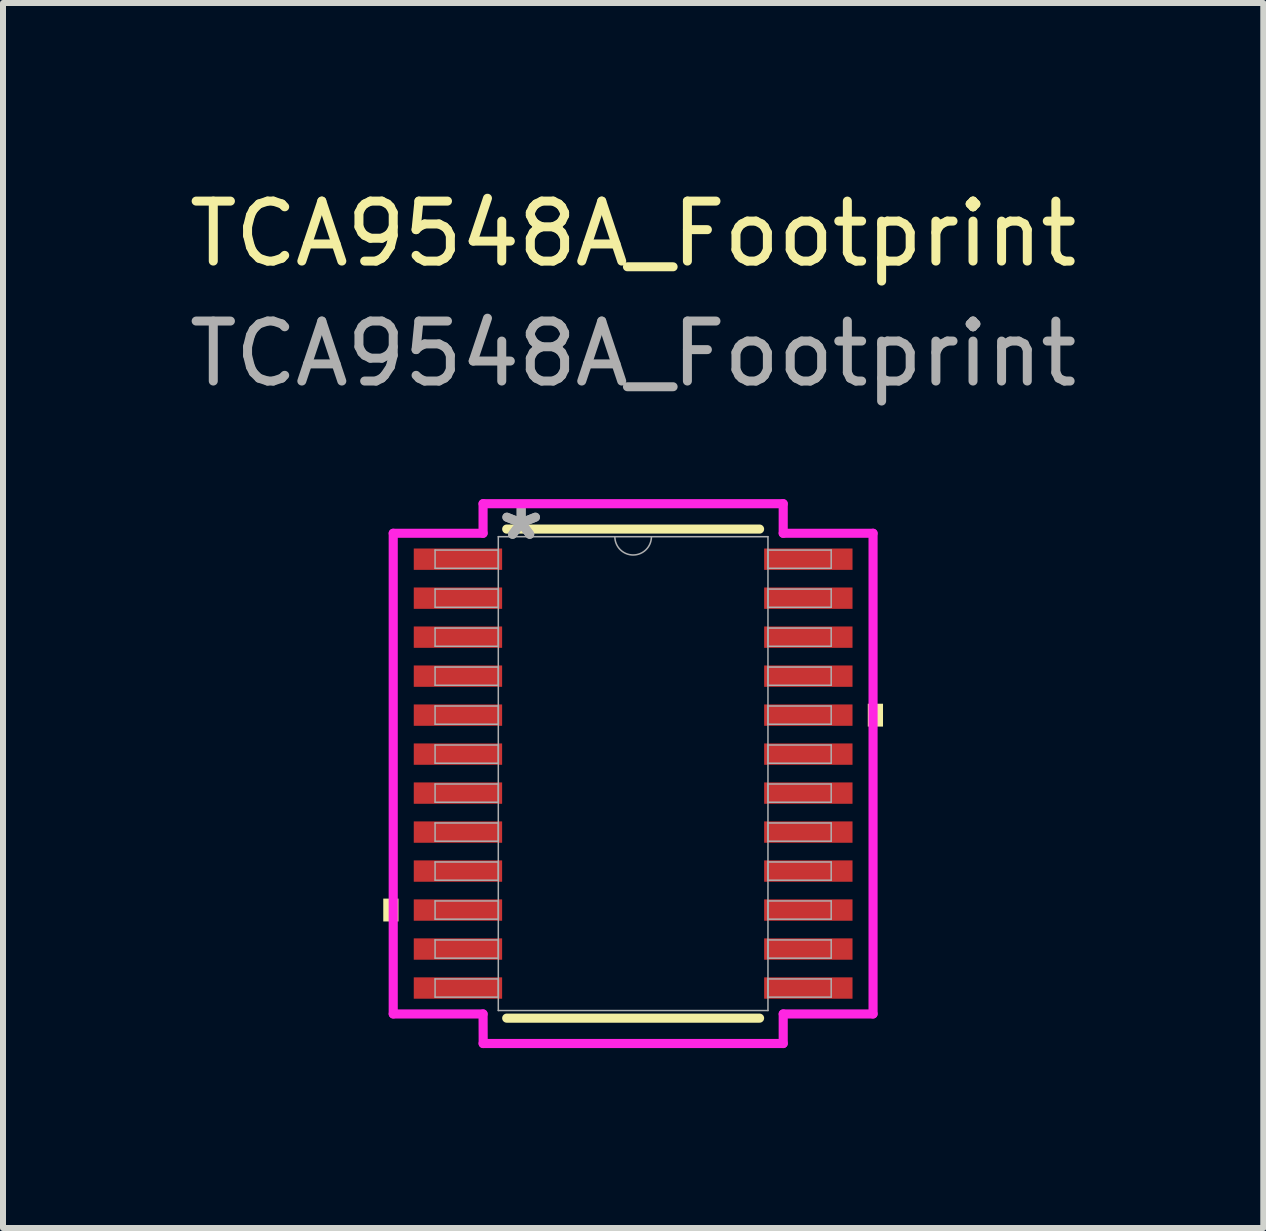
<source format=kicad_pcb>
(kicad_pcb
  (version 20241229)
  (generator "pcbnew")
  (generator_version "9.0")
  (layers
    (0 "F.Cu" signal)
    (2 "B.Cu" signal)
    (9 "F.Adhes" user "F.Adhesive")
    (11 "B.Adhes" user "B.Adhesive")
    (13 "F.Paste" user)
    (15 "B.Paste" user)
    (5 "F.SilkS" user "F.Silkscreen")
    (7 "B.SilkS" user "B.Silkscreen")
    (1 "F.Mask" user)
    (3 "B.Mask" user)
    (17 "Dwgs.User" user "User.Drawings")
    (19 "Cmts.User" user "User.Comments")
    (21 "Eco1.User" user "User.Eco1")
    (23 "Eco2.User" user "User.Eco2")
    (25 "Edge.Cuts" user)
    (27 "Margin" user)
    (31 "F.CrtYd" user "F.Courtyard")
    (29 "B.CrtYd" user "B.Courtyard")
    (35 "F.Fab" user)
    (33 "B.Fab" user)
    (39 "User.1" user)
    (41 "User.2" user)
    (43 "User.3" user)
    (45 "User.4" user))
  (footprint "TCA9548A_Footprint"
    (layer "F.Cu")
    (at 7.506 9.848)
    (property "Reference" "TCA9548A_Footprint" (at 0 -9 0) (unlocked yes) (layer "F.SilkS") (effects (font (size 1 1) (thickness 0.15))))
    (attr smd)
    (fp_line (start -2.108 4.077) (end 2.108 4.077) (stroke (width 0.152) (type solid)) (layer "F.SilkS"))
    (fp_line (start 2.108 -4.077) (end -2.108 -4.077) (stroke (width 0.152) (type solid)) (layer "F.SilkS"))
    (fp_poly (pts (xy -4.166 2.084) (xy -4.166 2.465) (xy -3.912 2.465) (xy -3.912 2.084)) (stroke (width 0) (type solid)) (fill yes) (layer "F.SilkS"))
    (fp_poly (pts (xy 4.166 -1.165) (xy 4.166 -0.784) (xy 3.912 -0.784) (xy 3.912 -1.165)) (stroke (width 0) (type solid)) (fill yes) (layer "F.SilkS"))
    (fp_line (start -4 -4.007) (end -2.502 -4.007) (stroke (width 0.152) (type solid)) (layer "F.CrtYd"))
    (fp_line (start -4 4.007) (end -4 -4.007) (stroke (width 0.152) (type solid)) (layer "F.CrtYd"))
    (fp_line (start -4 4.007) (end -2.502 4.007) (stroke (width 0.152) (type solid)) (layer "F.CrtYd"))
    (fp_line (start -2.502 -4.5) (end 2.502 -4.5) (stroke (width 0.152) (type solid)) (layer "F.CrtYd"))
    (fp_line (start -2.502 -4.007) (end -2.502 -4.5) (stroke (width 0.152) (type solid)) (layer "F.CrtYd"))
    (fp_line (start -2.5 4.5) (end -2.502 4.007) (stroke (width 0.152) (type solid)) (layer "F.CrtYd"))
    (fp_line (start 2.502 -4.5) (end 2.502 -4.007) (stroke (width 0.152) (type solid)) (layer "F.CrtYd"))
    (fp_line (start 2.502 4.007) (end 2.502 4.5) (stroke (width 0.152) (type solid)) (layer "F.CrtYd"))
    (fp_line (start 2.502 4.5) (end -2.502 4.5) (stroke (width 0.152) (type solid)) (layer "F.CrtYd"))
    (fp_line (start 4 -4.007) (end 2.502 -4.007) (stroke (width 0.152) (type solid)) (layer "F.CrtYd"))
    (fp_line (start 4 -4.007) (end 4 4.007) (stroke (width 0.152) (type solid)) (layer "F.CrtYd"))
    (fp_line (start 4 4.007) (end 2.502 4.007) (stroke (width 0.152) (type solid)) (layer "F.CrtYd"))
    (fp_line (start -3.302 -3.727) (end -3.302 -3.423) (stroke (width 0.025) (type solid)) (layer "F.Fab"))
    (fp_line (start -3.302 -3.423) (end -2.248 -3.423) (stroke (width 0.025) (type solid)) (layer "F.Fab"))
    (fp_line (start -3.302 -3.077) (end -3.302 -2.773) (stroke (width 0.025) (type solid)) (layer "F.Fab"))
    (fp_line (start -3.302 -2.773) (end -2.248 -2.773) (stroke (width 0.025) (type solid)) (layer "F.Fab"))
    (fp_line (start -3.302 -2.427) (end -3.302 -2.123) (stroke (width 0.025) (type solid)) (layer "F.Fab"))
    (fp_line (start -3.302 -2.123) (end -2.248 -2.123) (stroke (width 0.025) (type solid)) (layer "F.Fab"))
    (fp_line (start -3.302 -1.777) (end -3.302 -1.473) (stroke (width 0.025) (type solid)) (layer "F.Fab"))
    (fp_line (start -3.302 -1.473) (end -2.248 -1.473) (stroke (width 0.025) (type solid)) (layer "F.Fab"))
    (fp_line (start -3.302 -1.127) (end -3.302 -0.823) (stroke (width 0.025) (type solid)) (layer "F.Fab"))
    (fp_line (start -3.302 -0.823) (end -2.248 -0.823) (stroke (width 0.025) (type solid)) (layer "F.Fab"))
    (fp_line (start -3.302 -0.477) (end -3.302 -0.173) (stroke (width 0.025) (type solid)) (layer "F.Fab"))
    (fp_line (start -3.302 -0.173) (end -2.248 -0.173) (stroke (width 0.025) (type solid)) (layer "F.Fab"))
    (fp_line (start -3.302 0.173) (end -3.302 0.477) (stroke (width 0.025) (type solid)) (layer "F.Fab"))
    (fp_line (start -3.302 0.477) (end -2.248 0.477) (stroke (width 0.025) (type solid)) (layer "F.Fab"))
    (fp_line (start -3.302 0.823) (end -3.302 1.127) (stroke (width 0.025) (type solid)) (layer "F.Fab"))
    (fp_line (start -3.302 1.127) (end -2.248 1.127) (stroke (width 0.025) (type solid)) (layer "F.Fab"))
    (fp_line (start -3.302 1.473) (end -3.302 1.777) (stroke (width 0.025) (type solid)) (layer "F.Fab"))
    (fp_line (start -3.302 1.777) (end -2.248 1.777) (stroke (width 0.025) (type solid)) (layer "F.Fab"))
    (fp_line (start -3.302 2.123) (end -3.302 2.427) (stroke (width 0.025) (type solid)) (layer "F.Fab"))
    (fp_line (start -3.302 2.427) (end -2.248 2.427) (stroke (width 0.025) (type solid)) (layer "F.Fab"))
    (fp_line (start -3.302 2.773) (end -3.302 3.077) (stroke (width 0.025) (type solid)) (layer "F.Fab"))
    (fp_line (start -3.302 3.077) (end -2.248 3.077) (stroke (width 0.025) (type solid)) (layer "F.Fab"))
    (fp_line (start -3.302 3.423) (end -3.302 3.727) (stroke (width 0.025) (type solid)) (layer "F.Fab"))
    (fp_line (start -3.302 3.727) (end -2.248 3.727) (stroke (width 0.025) (type solid)) (layer "F.Fab"))
    (fp_line (start -2.248 -3.95) (end -2.248 3.95) (stroke (width 0.025) (type solid)) (layer "F.Fab"))
    (fp_line (start -2.248 -3.727) (end -3.302 -3.727) (stroke (width 0.025) (type solid)) (layer "F.Fab"))
    (fp_line (start -2.248 -3.423) (end -2.248 -3.727) (stroke (width 0.025) (type solid)) (layer "F.Fab"))
    (fp_line (start -2.248 -3.077) (end -3.302 -3.077) (stroke (width 0.025) (type solid)) (layer "F.Fab"))
    (fp_line (start -2.248 -2.773) (end -2.248 -3.077) (stroke (width 0.025) (type solid)) (layer "F.Fab"))
    (fp_line (start -2.248 -2.427) (end -3.302 -2.427) (stroke (width 0.025) (type solid)) (layer "F.Fab"))
    (fp_line (start -2.248 -2.123) (end -2.248 -2.427) (stroke (width 0.025) (type solid)) (layer "F.Fab"))
    (fp_line (start -2.248 -1.777) (end -3.302 -1.777) (stroke (width 0.025) (type solid)) (layer "F.Fab"))
    (fp_line (start -2.248 -1.473) (end -2.248 -1.777) (stroke (width 0.025) (type solid)) (layer "F.Fab"))
    (fp_line (start -2.248 -1.127) (end -3.302 -1.127) (stroke (width 0.025) (type solid)) (layer "F.Fab"))
    (fp_line (start -2.248 -0.823) (end -2.248 -1.127) (stroke (width 0.025) (type solid)) (layer "F.Fab"))
    (fp_line (start -2.248 -0.477) (end -3.302 -0.477) (stroke (width 0.025) (type solid)) (layer "F.Fab"))
    (fp_line (start -2.248 -0.173) (end -2.248 -0.477) (stroke (width 0.025) (type solid)) (layer "F.Fab"))
    (fp_line (start -2.248 0.173) (end -3.302 0.173) (stroke (width 0.025) (type solid)) (layer "F.Fab"))
    (fp_line (start -2.248 0.477) (end -2.248 0.173) (stroke (width 0.025) (type solid)) (layer "F.Fab"))
    (fp_line (start -2.248 0.823) (end -3.302 0.823) (stroke (width 0.025) (type solid)) (layer "F.Fab"))
    (fp_line (start -2.248 1.127) (end -2.248 0.823) (stroke (width 0.025) (type solid)) (layer "F.Fab"))
    (fp_line (start -2.248 1.473) (end -3.302 1.473) (stroke (width 0.025) (type solid)) (layer "F.Fab"))
    (fp_line (start -2.248 1.777) (end -2.248 1.473) (stroke (width 0.025) (type solid)) (layer "F.Fab"))
    (fp_line (start -2.248 2.123) (end -3.302 2.123) (stroke (width 0.025) (type solid)) (layer "F.Fab"))
    (fp_line (start -2.248 2.427) (end -2.248 2.123) (stroke (width 0.025) (type solid)) (layer "F.Fab"))
    (fp_line (start -2.248 2.773) (end -3.302 2.773) (stroke (width 0.025) (type solid)) (layer "F.Fab"))
    (fp_line (start -2.248 3.077) (end -2.248 2.773) (stroke (width 0.025) (type solid)) (layer "F.Fab"))
    (fp_line (start -2.248 3.423) (end -3.302 3.423) (stroke (width 0.025) (type solid)) (layer "F.Fab"))
    (fp_line (start -2.248 3.727) (end -2.248 3.423) (stroke (width 0.025) (type solid)) (layer "F.Fab"))
    (fp_line (start -2.248 3.95) (end 2.248 3.95) (stroke (width 0.025) (type solid)) (layer "F.Fab"))
    (fp_line (start 2.248 -3.95) (end -2.248 -3.95) (stroke (width 0.025) (type solid)) (layer "F.Fab"))
    (fp_line (start 2.248 -3.727) (end 2.248 -3.423) (stroke (width 0.025) (type solid)) (layer "F.Fab"))
    (fp_line (start 2.248 -3.423) (end 3.302 -3.423) (stroke (width 0.025) (type solid)) (layer "F.Fab"))
    (fp_line (start 2.248 -3.077) (end 2.248 -2.773) (stroke (width 0.025) (type solid)) (layer "F.Fab"))
    (fp_line (start 2.248 -2.773) (end 3.302 -2.773) (stroke (width 0.025) (type solid)) (layer "F.Fab"))
    (fp_line (start 2.248 -2.427) (end 2.248 -2.123) (stroke (width 0.025) (type solid)) (layer "F.Fab"))
    (fp_line (start 2.248 -2.123) (end 3.302 -2.123) (stroke (width 0.025) (type solid)) (layer "F.Fab"))
    (fp_line (start 2.248 -1.777) (end 2.248 -1.473) (stroke (width 0.025) (type solid)) (layer "F.Fab"))
    (fp_line (start 2.248 -1.473) (end 3.302 -1.473) (stroke (width 0.025) (type solid)) (layer "F.Fab"))
    (fp_line (start 2.248 -1.127) (end 2.248 -0.823) (stroke (width 0.025) (type solid)) (layer "F.Fab"))
    (fp_line (start 2.248 -0.823) (end 3.302 -0.823) (stroke (width 0.025) (type solid)) (layer "F.Fab"))
    (fp_line (start 2.248 -0.477) (end 2.248 -0.173) (stroke (width 0.025) (type solid)) (layer "F.Fab"))
    (fp_line (start 2.248 -0.173) (end 3.302 -0.173) (stroke (width 0.025) (type solid)) (layer "F.Fab"))
    (fp_line (start 2.248 0.173) (end 2.248 0.477) (stroke (width 0.025) (type solid)) (layer "F.Fab"))
    (fp_line (start 2.248 0.477) (end 3.302 0.477) (stroke (width 0.025) (type solid)) (layer "F.Fab"))
    (fp_line (start 2.248 0.823) (end 2.248 1.127) (stroke (width 0.025) (type solid)) (layer "F.Fab"))
    (fp_line (start 2.248 1.127) (end 3.302 1.127) (stroke (width 0.025) (type solid)) (layer "F.Fab"))
    (fp_line (start 2.248 1.473) (end 2.248 1.777) (stroke (width 0.025) (type solid)) (layer "F.Fab"))
    (fp_line (start 2.248 1.777) (end 3.302 1.777) (stroke (width 0.025) (type solid)) (layer "F.Fab"))
    (fp_line (start 2.248 2.123) (end 2.248 2.427) (stroke (width 0.025) (type solid)) (layer "F.Fab"))
    (fp_line (start 2.248 2.427) (end 3.302 2.427) (stroke (width 0.025) (type solid)) (layer "F.Fab"))
    (fp_line (start 2.248 2.773) (end 2.248 3.077) (stroke (width 0.025) (type solid)) (layer "F.Fab"))
    (fp_line (start 2.248 3.077) (end 3.302 3.077) (stroke (width 0.025) (type solid)) (layer "F.Fab"))
    (fp_line (start 2.248 3.423) (end 2.248 3.727) (stroke (width 0.025) (type solid)) (layer "F.Fab"))
    (fp_line (start 2.248 3.727) (end 3.302 3.727) (stroke (width 0.025) (type solid)) (layer "F.Fab"))
    (fp_line (start 2.248 3.95) (end 2.248 -3.95) (stroke (width 0.025) (type solid)) (layer "F.Fab"))
    (fp_line (start 3.302 -3.727) (end 2.248 -3.727) (stroke (width 0.025) (type solid)) (layer "F.Fab"))
    (fp_line (start 3.302 -3.423) (end 3.302 -3.727) (stroke (width 0.025) (type solid)) (layer "F.Fab"))
    (fp_line (start 3.302 -3.077) (end 2.248 -3.077) (stroke (width 0.025) (type solid)) (layer "F.Fab"))
    (fp_line (start 3.302 -2.773) (end 3.302 -3.077) (stroke (width 0.025) (type solid)) (layer "F.Fab"))
    (fp_line (start 3.302 -2.427) (end 2.248 -2.427) (stroke (width 0.025) (type solid)) (layer "F.Fab"))
    (fp_line (start 3.302 -2.123) (end 3.302 -2.427) (stroke (width 0.025) (type solid)) (layer "F.Fab"))
    (fp_line (start 3.302 -1.777) (end 2.248 -1.777) (stroke (width 0.025) (type solid)) (layer "F.Fab"))
    (fp_line (start 3.302 -1.473) (end 3.302 -1.777) (stroke (width 0.025) (type solid)) (layer "F.Fab"))
    (fp_line (start 3.302 -1.127) (end 2.248 -1.127) (stroke (width 0.025) (type solid)) (layer "F.Fab"))
    (fp_line (start 3.302 -0.823) (end 3.302 -1.127) (stroke (width 0.025) (type solid)) (layer "F.Fab"))
    (fp_line (start 3.302 -0.477) (end 2.248 -0.477) (stroke (width 0.025) (type solid)) (layer "F.Fab"))
    (fp_line (start 3.302 -0.173) (end 3.302 -0.477) (stroke (width 0.025) (type solid)) (layer "F.Fab"))
    (fp_line (start 3.302 0.173) (end 2.248 0.173) (stroke (width 0.025) (type solid)) (layer "F.Fab"))
    (fp_line (start 3.302 0.477) (end 3.302 0.173) (stroke (width 0.025) (type solid)) (layer "F.Fab"))
    (fp_line (start 3.302 0.823) (end 2.248 0.823) (stroke (width 0.025) (type solid)) (layer "F.Fab"))
    (fp_line (start 3.302 1.127) (end 3.302 0.823) (stroke (width 0.025) (type solid)) (layer "F.Fab"))
    (fp_line (start 3.302 1.473) (end 2.248 1.473) (stroke (width 0.025) (type solid)) (layer "F.Fab"))
    (fp_line (start 3.302 1.777) (end 3.302 1.473) (stroke (width 0.025) (type solid)) (layer "F.Fab"))
    (fp_line (start 3.302 2.123) (end 2.248 2.123) (stroke (width 0.025) (type solid)) (layer "F.Fab"))
    (fp_line (start 3.302 2.427) (end 3.302 2.123) (stroke (width 0.025) (type solid)) (layer "F.Fab"))
    (fp_line (start 3.302 2.773) (end 2.248 2.773) (stroke (width 0.025) (type solid)) (layer "F.Fab"))
    (fp_line (start 3.302 3.077) (end 3.302 2.773) (stroke (width 0.025) (type solid)) (layer "F.Fab"))
    (fp_line (start 3.302 3.423) (end 2.248 3.423) (stroke (width 0.025) (type solid)) (layer "F.Fab"))
    (fp_line (start 3.302 3.727) (end 3.302 3.423) (stroke (width 0.025) (type solid)) (layer "F.Fab"))
    (fp_arc (start 0.3048 -3.9497) (mid 0 -3.6449) (end -0.3048 -3.9497) (stroke (width 0.0254) (type solid)) (layer "F.Fab"))
    (fp_text user "*" (at -1.867 -3.873 0) (layer "F.Fab") (effects (font (size 1 1) (thickness 0.15))))
    (fp_text user "${REFERENCE}" (at 0 -7 0) (unlocked yes) (layer "F.Fab") (effects (font (size 1 1) (thickness 0.15))))
    (fp_text user "*" (at -1.867 -3.873 0) (unlocked yes) (layer "F.Fab") (effects (font (size 1 1) (thickness 0.15))))
    (pad "1" smd rect (at -2.921 -3.575) (size 1.473 0.356) (layers "F.Cu" "F.Mask" "F.Paste"))
    (pad "2" smd rect (at -2.921 -2.925) (size 1.473 0.356) (layers "F.Cu" "F.Mask" "F.Paste"))
    (pad "3" smd rect (at -2.921 -2.275) (size 1.473 0.356) (layers "F.Cu" "F.Mask" "F.Paste"))
    (pad "4" smd rect (at -2.921 -1.625) (size 1.473 0.356) (layers "F.Cu" "F.Mask" "F.Paste"))
    (pad "5" smd rect (at -2.921 -0.975) (size 1.473 0.356) (layers "F.Cu" "F.Mask" "F.Paste"))
    (pad "6" smd rect (at -2.921 -0.325) (size 1.473 0.356) (layers "F.Cu" "F.Mask" "F.Paste"))
    (pad "7" smd rect (at -2.921 0.325) (size 1.473 0.356) (layers "F.Cu" "F.Mask" "F.Paste"))
    (pad "8" smd rect (at -2.921 0.975) (size 1.473 0.356) (layers "F.Cu" "F.Mask" "F.Paste"))
    (pad "9" smd rect (at -2.921 1.625) (size 1.473 0.356) (layers "F.Cu" "F.Mask" "F.Paste"))
    (pad "10" smd rect (at -2.921 2.275) (size 1.473 0.356) (layers "F.Cu" "F.Mask" "F.Paste"))
    (pad "11" smd rect (at -2.921 2.925) (size 1.473 0.356) (layers "F.Cu" "F.Mask" "F.Paste"))
    (pad "12" smd rect (at -2.921 3.575) (size 1.473 0.356) (layers "F.Cu" "F.Mask" "F.Paste"))
    (pad "13" smd rect (at 2.921 3.575) (size 1.473 0.356) (layers "F.Cu" "F.Mask" "F.Paste"))
    (pad "14" smd rect (at 2.921 2.925) (size 1.473 0.356) (layers "F.Cu" "F.Mask" "F.Paste"))
    (pad "15" smd rect (at 2.921 2.275) (size 1.473 0.356) (layers "F.Cu" "F.Mask" "F.Paste"))
    (pad "16" smd rect (at 2.921 1.625) (size 1.473 0.356) (layers "F.Cu" "F.Mask" "F.Paste"))
    (pad "17" smd rect (at 2.921 0.975) (size 1.473 0.356) (layers "F.Cu" "F.Mask" "F.Paste"))
    (pad "18" smd rect (at 2.921 0.325) (size 1.473 0.356) (layers "F.Cu" "F.Mask" "F.Paste"))
    (pad "19" smd rect (at 2.921 -0.325) (size 1.473 0.356) (layers "F.Cu" "F.Mask" "F.Paste"))
    (pad "20" smd rect (at 2.921 -0.975) (size 1.473 0.356) (layers "F.Cu" "F.Mask" "F.Paste"))
    (pad "21" smd rect (at 2.921 -1.625) (size 1.473 0.356) (layers "F.Cu" "F.Mask" "F.Paste"))
    (pad "22" smd rect (at 2.921 -2.275) (size 1.473 0.356) (layers "F.Cu" "F.Mask" "F.Paste"))
    (pad "23" smd rect (at 2.921 -2.925) (size 1.473 0.356) (layers "F.Cu" "F.Mask" "F.Paste"))
    (pad "24" smd rect (at 2.921 -3.575) (size 1.473 0.356) (layers "F.Cu" "F.Mask" "F.Paste")))
  (gr_rect
    (start -3 -3)
    (end 18.012 17.424)
    (stroke (width 0.1) (type default))
    (fill no)
    (layer "Edge.Cuts")))
</source>
